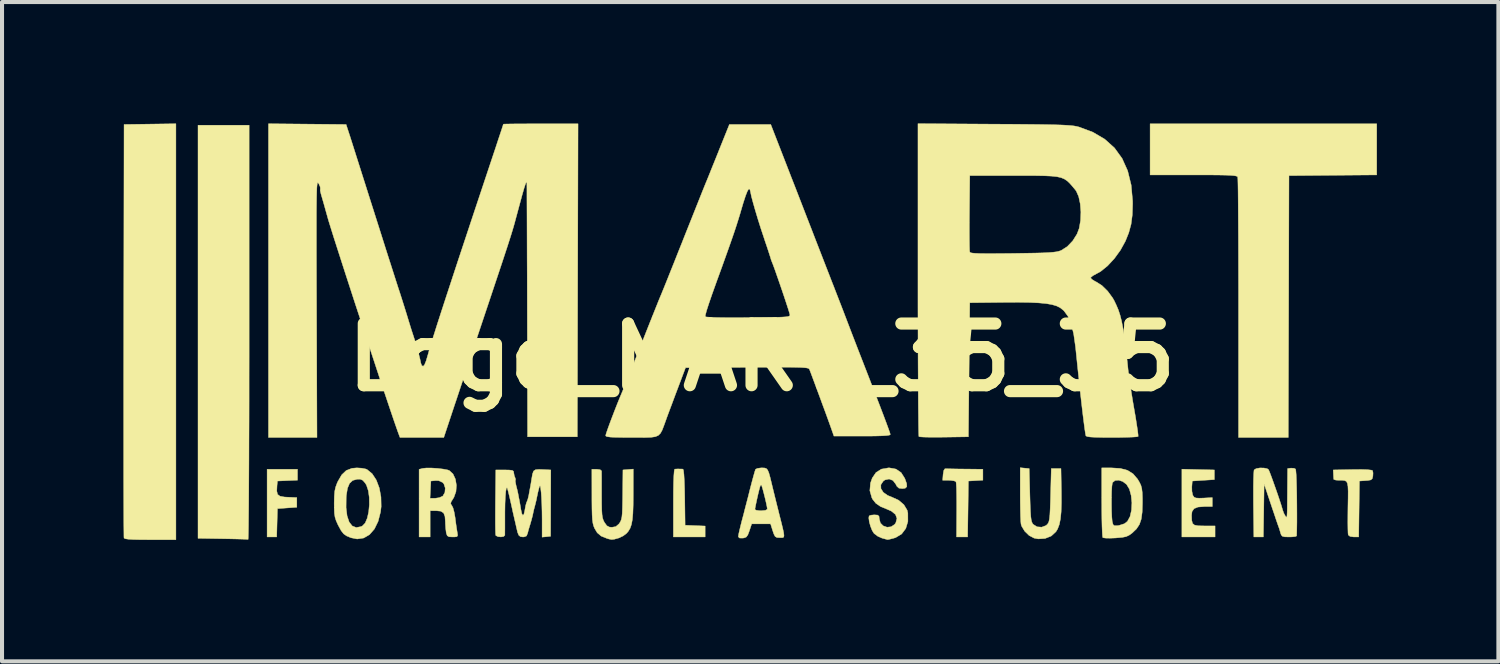
<source format=kicad_pcb>
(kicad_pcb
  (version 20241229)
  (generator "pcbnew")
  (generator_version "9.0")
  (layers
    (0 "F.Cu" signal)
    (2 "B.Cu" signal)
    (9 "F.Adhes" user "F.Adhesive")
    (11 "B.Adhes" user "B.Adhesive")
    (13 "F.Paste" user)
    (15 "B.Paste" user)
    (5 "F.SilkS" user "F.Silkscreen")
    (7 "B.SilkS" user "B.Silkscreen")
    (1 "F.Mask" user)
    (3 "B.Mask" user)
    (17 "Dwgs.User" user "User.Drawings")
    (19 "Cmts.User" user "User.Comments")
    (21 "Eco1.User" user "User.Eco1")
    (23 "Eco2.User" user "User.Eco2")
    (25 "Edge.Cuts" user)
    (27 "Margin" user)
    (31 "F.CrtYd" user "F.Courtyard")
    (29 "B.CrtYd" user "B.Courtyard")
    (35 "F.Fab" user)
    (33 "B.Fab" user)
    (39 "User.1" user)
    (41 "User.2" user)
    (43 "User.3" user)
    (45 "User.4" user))
  (footprint "Logo_MART_35_35"
    (layer "F.Cu")
    (at 15.771 5.778)
    (property "Reference" "Logo_MART_35_35" (at 0 0 0) (layer "F.SilkS") (effects (font (size 1.524 1.524) (thickness 0.3))))
    (attr through_hole)
    (fp_poly (pts (xy -11.471 3.035) (xy -11.718 3.045) (xy -11.966 3.056) (xy -11.977 3.171) (xy -11.983 3.304) (xy -11.963 3.386) (xy -11.904 3.431) (xy -11.794 3.451) (xy -11.718 3.455) (xy -11.488 3.465) (xy -11.488 3.704) (xy -11.727 3.721) (xy -11.966 3.738) (xy -11.976 4.088) (xy -11.985 4.438) (xy -12.222 4.438) (xy -12.222 2.765) (xy -11.471 2.765) (xy -11.471 3.035)) (stroke (width 0.01) (type solid)) (fill yes) (layer "F.SilkS"))
    (fp_poly (pts (xy -1.975 2.76) (xy -1.947 2.762) (xy -1.935 2.796) (xy -1.924 2.892) (xy -1.915 3.044) (xy -1.908 3.244) (xy -1.904 3.457) (xy -1.895 4.148) (xy -1.647 4.158) (xy -1.4 4.168) (xy -1.4 4.438) (xy -2.185 4.438) (xy -2.185 3.602) (xy -2.184 3.318) (xy -2.18 3.09) (xy -2.173 2.918) (xy -2.164 2.808) (xy -2.153 2.763) (xy -2.151 2.762) (xy -2.09 2.758) (xy -2.048 2.758) (xy -1.975 2.76)) (stroke (width 0.01) (type solid)) (fill yes) (layer "F.SilkS"))
    (fp_poly (pts (xy -12.666 -0.615) (xy -12.666 -0.029) (xy -12.667 0.537) (xy -12.667 1.081) (xy -12.668 1.598) (xy -12.67 2.085) (xy -12.671 2.539) (xy -12.673 2.954) (xy -12.675 3.328) (xy -12.677 3.658) (xy -12.68 3.938) (xy -12.682 4.166) (xy -12.685 4.337) (xy -12.688 4.449) (xy -12.691 4.497) (xy -12.691 4.499) (xy -12.732 4.496) (xy -12.83 4.492) (xy -12.973 4.488) (xy -13.15 4.484) (xy -13.323 4.481) (xy -13.929 4.471) (xy -13.929 -5.735) (xy -12.666 -5.735) (xy -12.666 -0.615)) (stroke (width 0.01) (type solid)) (fill yes) (layer "F.SilkS"))
    (fp_poly (pts (xy -14.475 4.506) (xy -15.108 4.506) (xy -15.347 4.505) (xy -15.524 4.501) (xy -15.646 4.494) (xy -15.721 4.483) (xy -15.754 4.468) (xy -15.757 4.464) (xy -15.759 4.425) (xy -15.76 4.322) (xy -15.762 4.159) (xy -15.763 3.938) (xy -15.764 3.664) (xy -15.765 3.341) (xy -15.766 2.973) (xy -15.766 2.562) (xy -15.766 2.114) (xy -15.766 1.631) (xy -15.766 1.118) (xy -15.766 0.579) (xy -15.765 0.016) (xy -15.764 -0.566) (xy -15.764 -0.666) (xy -15.756 -5.753) (xy -15.115 -5.762) (xy -14.475 -5.771) (xy -14.475 4.506)) (stroke (width 0.01) (type solid)) (fill yes) (layer "F.SilkS"))
    (fp_poly (pts (xy 4.581 2.753) (xy 4.683 2.755) (xy 4.826 2.758) (xy 4.993 2.76) (xy 5.019 2.76) (xy 5.462 2.765) (xy 5.462 3.035) (xy 5.104 3.056) (xy 5.095 3.747) (xy 5.085 4.438) (xy 4.811 4.438) (xy 4.815 3.774) (xy 4.815 3.566) (xy 4.813 3.381) (xy 4.81 3.231) (xy 4.804 3.125) (xy 4.798 3.075) (xy 4.797 3.074) (xy 4.753 3.052) (xy 4.666 3.04) (xy 4.622 3.038) (xy 4.468 3.038) (xy 4.479 2.893) (xy 4.495 2.796) (xy 4.524 2.753) (xy 4.532 2.752) (xy 4.581 2.753)) (stroke (width 0.01) (type solid)) (fill yes) (layer "F.SilkS"))
    (fp_poly (pts (xy 10.78 2.773) (xy 11.181 2.782) (xy 11.181 3.021) (xy 10.908 3.038) (xy 10.635 3.056) (xy 10.624 3.199) (xy 10.626 3.308) (xy 10.645 3.4) (xy 10.652 3.415) (xy 10.681 3.455) (xy 10.726 3.475) (xy 10.806 3.48) (xy 10.91 3.477) (xy 11.13 3.465) (xy 11.13 3.687) (xy 10.927 3.687) (xy 10.775 3.699) (xy 10.679 3.738) (xy 10.629 3.81) (xy 10.618 3.903) (xy 10.622 4.027) (xy 10.642 4.104) (xy 10.691 4.145) (xy 10.782 4.162) (xy 10.929 4.165) (xy 11.198 4.165) (xy 11.198 4.438) (xy 10.378 4.438) (xy 10.378 2.763) (xy 10.78 2.773)) (stroke (width 0.01) (type solid)) (fill yes) (layer "F.SilkS"))
    (fp_poly (pts (xy 15.192 -4.507) (xy 14.108 -4.498) (xy 13.024 -4.489) (xy 13.016 -1.255) (xy 13.007 1.98) (xy 11.778 1.98) (xy 11.778 -1.209) (xy 11.778 -1.671) (xy 11.777 -2.114) (xy 11.776 -2.533) (xy 11.775 -2.923) (xy 11.773 -3.28) (xy 11.771 -3.599) (xy 11.769 -3.874) (xy 11.767 -4.102) (xy 11.764 -4.277) (xy 11.761 -4.394) (xy 11.758 -4.449) (xy 11.758 -4.452) (xy 11.745 -4.468) (xy 11.717 -4.48) (xy 11.665 -4.489) (xy 11.584 -4.496) (xy 11.465 -4.501) (xy 11.302 -4.504) (xy 11.088 -4.506) (xy 10.817 -4.506) (xy 10.665 -4.506) (xy 9.593 -4.506) (xy 9.593 -5.77) (xy 15.192 -5.77) (xy 15.192 -4.507)) (stroke (width 0.01) (type solid)) (fill yes) (layer "F.SilkS"))
    (fp_poly (pts (xy 14.964 2.776) (xy 15.06 2.787) (xy 15.09 2.799) (xy 15.101 2.857) (xy 15.097 2.935) (xy 15.082 2.997) (xy 15.047 3.028) (xy 14.972 3.042) (xy 14.924 3.045) (xy 14.765 3.056) (xy 14.756 3.747) (xy 14.747 4.438) (xy 14.627 4.438) (xy 14.534 4.425) (xy 14.489 4.389) (xy 14.483 4.341) (xy 14.48 4.236) (xy 14.478 4.086) (xy 14.479 3.903) (xy 14.481 3.707) (xy 14.485 3.478) (xy 14.486 3.308) (xy 14.481 3.188) (xy 14.467 3.111) (xy 14.442 3.066) (xy 14.402 3.045) (xy 14.345 3.038) (xy 14.268 3.038) (xy 14.268 3.038) (xy 14.182 3.033) (xy 14.134 3.018) (xy 14.13 3.013) (xy 14.126 2.963) (xy 14.122 2.885) (xy 14.117 2.782) (xy 14.592 2.773) (xy 14.807 2.771) (xy 14.964 2.776)) (stroke (width 0.01) (type solid)) (fill yes) (layer "F.SilkS"))
    (fp_poly (pts (xy 6.495 2.738) (xy 6.606 2.748) (xy 6.623 3.402) (xy 6.63 3.632) (xy 6.637 3.804) (xy 6.645 3.928) (xy 6.656 4.013) (xy 6.671 4.07) (xy 6.69 4.109) (xy 6.705 4.127) (xy 6.8 4.187) (xy 6.915 4.196) (xy 7.02 4.156) (xy 7.053 4.127) (xy 7.076 4.096) (xy 7.094 4.052) (xy 7.107 3.985) (xy 7.117 3.887) (xy 7.124 3.746) (xy 7.131 3.553) (xy 7.135 3.402) (xy 7.152 2.748) (xy 7.391 2.748) (xy 7.401 3.312) (xy 7.402 3.595) (xy 7.395 3.82) (xy 7.377 3.997) (xy 7.349 4.133) (xy 7.308 4.24) (xy 7.267 4.308) (xy 7.152 4.414) (xy 7 4.475) (xy 6.83 4.486) (xy 6.728 4.467) (xy 6.604 4.402) (xy 6.494 4.295) (xy 6.419 4.17) (xy 6.404 4.12) (xy 6.398 4.055) (xy 6.392 3.934) (xy 6.388 3.771) (xy 6.385 3.577) (xy 6.384 3.373) (xy 6.384 2.727) (xy 6.495 2.738)) (stroke (width 0.01) (type solid)) (fill yes) (layer "F.SilkS"))
    (fp_poly (pts (xy -3.176 3.386) (xy -3.178 3.65) (xy -3.185 3.855) (xy -3.199 4.013) (xy -3.222 4.133) (xy -3.254 4.224) (xy -3.299 4.299) (xy -3.341 4.348) (xy -3.425 4.412) (xy -3.533 4.463) (xy -3.547 4.467) (xy -3.644 4.494) (xy -3.709 4.501) (xy -3.776 4.489) (xy -3.826 4.474) (xy -3.969 4.416) (xy -4.066 4.334) (xy -4.133 4.222) (xy -4.156 4.164) (xy -4.173 4.097) (xy -4.185 4.011) (xy -4.192 3.894) (xy -4.196 3.735) (xy -4.198 3.524) (xy -4.198 3.423) (xy -4.199 2.765) (xy -4.08 2.765) (xy -3.994 2.776) (xy -3.959 2.806) (xy -3.959 2.808) (xy -3.959 2.855) (xy -3.958 2.958) (xy -3.958 3.104) (xy -3.958 3.281) (xy -3.958 3.406) (xy -3.957 3.617) (xy -3.954 3.772) (xy -3.947 3.883) (xy -3.935 3.962) (xy -3.917 4.021) (xy -3.892 4.072) (xy -3.887 4.08) (xy -3.828 4.161) (xy -3.764 4.194) (xy -3.703 4.199) (xy -3.607 4.182) (xy -3.533 4.119) (xy -3.516 4.097) (xy -3.49 4.055) (xy -3.471 4.007) (xy -3.457 3.943) (xy -3.448 3.851) (xy -3.443 3.719) (xy -3.439 3.538) (xy -3.437 3.388) (xy -3.431 2.782) (xy -3.175 2.761) (xy -3.176 3.386)) (stroke (width 0.01) (type solid)) (fill yes) (layer "F.SilkS"))
    (fp_poly (pts (xy -9.886 2.739) (xy -9.787 2.758) (xy -9.754 2.771) (xy -9.627 2.875) (xy -9.524 3.032) (xy -9.45 3.228) (xy -9.409 3.45) (xy -9.404 3.687) (xy -9.419 3.818) (xy -9.479 4.052) (xy -9.571 4.241) (xy -9.692 4.38) (xy -9.836 4.464) (xy -9.997 4.488) (xy -10.148 4.458) (xy -10.255 4.414) (xy -10.331 4.361) (xy -10.393 4.282) (xy -10.459 4.161) (xy -10.472 4.136) (xy -10.516 4.038) (xy -10.544 3.95) (xy -10.559 3.852) (xy -10.564 3.722) (xy -10.564 3.713) (xy -10.271 3.713) (xy -10.246 3.917) (xy -10.195 4.069) (xy -10.119 4.166) (xy -10.02 4.205) (xy -9.901 4.182) (xy -9.867 4.165) (xy -9.799 4.094) (xy -9.747 3.972) (xy -9.712 3.816) (xy -9.696 3.641) (xy -9.698 3.462) (xy -9.721 3.297) (xy -9.766 3.161) (xy -9.795 3.111) (xy -9.858 3.038) (xy -9.923 3.01) (xy -9.995 3.011) (xy -10.106 3.041) (xy -10.185 3.113) (xy -10.236 3.235) (xy -10.265 3.414) (xy -10.268 3.46) (xy -10.271 3.713) (xy -10.564 3.713) (xy -10.565 3.602) (xy -10.561 3.431) (xy -10.551 3.307) (xy -10.529 3.207) (xy -10.493 3.109) (xy -10.475 3.069) (xy -10.379 2.903) (xy -10.267 2.796) (xy -10.128 2.742) (xy -10.004 2.731) (xy -9.886 2.739)) (stroke (width 0.01) (type solid)) (fill yes) (layer "F.SilkS"))
    (fp_poly (pts (xy -8.156 2.735) (xy -8.01 2.744) (xy -7.871 2.761) (xy -7.762 2.782) (xy -7.719 2.798) (xy -7.629 2.882) (xy -7.57 3.009) (xy -7.545 3.16) (xy -7.556 3.316) (xy -7.607 3.459) (xy -7.627 3.491) (xy -7.676 3.57) (xy -7.686 3.619) (xy -7.662 3.657) (xy -7.658 3.662) (xy -7.629 3.719) (xy -7.601 3.823) (xy -7.578 3.952) (xy -7.576 3.964) (xy -7.558 4.106) (xy -7.539 4.236) (xy -7.524 4.327) (xy -7.524 4.327) (xy -7.514 4.398) (xy -7.532 4.43) (xy -7.594 4.438) (xy -7.639 4.438) (xy -7.728 4.433) (xy -7.772 4.407) (xy -7.794 4.345) (xy -7.797 4.331) (xy -7.81 4.227) (xy -7.818 4.102) (xy -7.818 4.073) (xy -7.828 3.932) (xy -7.862 3.845) (xy -7.931 3.801) (xy -8.041 3.79) (xy -8.194 3.79) (xy -8.194 4.438) (xy -8.467 4.438) (xy -8.467 3.482) (xy -8.197 3.482) (xy -8.07 3.482) (xy -7.967 3.467) (xy -7.886 3.43) (xy -7.88 3.426) (xy -7.83 3.339) (xy -7.821 3.23) (xy -7.854 3.129) (xy -7.883 3.093) (xy -7.981 3.047) (xy -8.062 3.045) (xy -8.176 3.056) (xy -8.187 3.269) (xy -8.197 3.482) (xy -8.467 3.482) (xy -8.467 2.767) (xy -8.378 2.744) (xy -8.286 2.734) (xy -8.156 2.735)) (stroke (width 0.01) (type solid)) (fill yes) (layer "F.SilkS"))
    (fp_poly (pts (xy 8.859 2.745) (xy 9.035 2.792) (xy 9.172 2.878) (xy 9.284 3.009) (xy 9.332 3.09) (xy 9.366 3.162) (xy 9.387 3.24) (xy 9.399 3.34) (xy 9.404 3.481) (xy 9.404 3.602) (xy 9.397 3.826) (xy 9.374 3.997) (xy 9.329 4.129) (xy 9.257 4.238) (xy 9.154 4.337) (xy 9.144 4.345) (xy 9.072 4.396) (xy 9 4.429) (xy 8.906 4.448) (xy 8.769 4.46) (xy 8.734 4.463) (xy 8.601 4.468) (xy 8.494 4.466) (xy 8.432 4.457) (xy 8.424 4.453) (xy 8.417 4.413) (xy 8.411 4.314) (xy 8.405 4.166) (xy 8.401 3.979) (xy 8.399 3.761) (xy 8.399 3.637) (xy 8.639 3.637) (xy 8.641 3.801) (xy 8.647 3.943) (xy 8.656 4.044) (xy 8.659 4.062) (xy 8.678 4.132) (xy 8.71 4.16) (xy 8.778 4.159) (xy 8.822 4.154) (xy 8.96 4.11) (xy 9.034 4.051) (xy 9.098 3.933) (xy 9.134 3.773) (xy 9.143 3.593) (xy 9.125 3.414) (xy 9.082 3.256) (xy 9.012 3.14) (xy 8.918 3.068) (xy 8.818 3.035) (xy 8.729 3.042) (xy 8.669 3.09) (xy 8.659 3.115) (xy 8.649 3.189) (xy 8.642 3.312) (xy 8.639 3.468) (xy 8.639 3.637) (xy 8.399 3.637) (xy 8.398 3.579) (xy 8.398 2.731) (xy 8.632 2.731) (xy 8.859 2.745)) (stroke (width 0.01) (type solid)) (fill yes) (layer "F.SilkS"))
    (fp_poly (pts (xy 12.403 2.734) (xy 12.486 2.751) (xy 12.519 2.774) (xy 12.541 2.823) (xy 12.579 2.922) (xy 12.628 3.056) (xy 12.683 3.211) (xy 12.739 3.371) (xy 12.79 3.522) (xy 12.831 3.648) (xy 12.857 3.735) (xy 12.862 3.755) (xy 12.896 3.851) (xy 12.927 3.908) (xy 12.945 3.935) (xy 12.959 3.95) (xy 12.968 3.945) (xy 12.975 3.913) (xy 12.979 3.844) (xy 12.982 3.733) (xy 12.983 3.57) (xy 12.985 3.347) (xy 12.985 3.312) (xy 12.99 2.748) (xy 13.071 2.737) (xy 13.148 2.741) (xy 13.187 2.76) (xy 13.194 2.801) (xy 13.202 2.898) (xy 13.208 3.043) (xy 13.213 3.222) (xy 13.217 3.426) (xy 13.219 3.644) (xy 13.22 3.864) (xy 13.22 4.076) (xy 13.217 4.269) (xy 13.213 4.413) (xy 13.182 4.427) (xy 13.102 4.436) (xy 13.028 4.438) (xy 12.92 4.435) (xy 12.862 4.421) (xy 12.832 4.387) (xy 12.817 4.344) (xy 12.795 4.267) (xy 12.781 4.221) (xy 12.762 4.171) (xy 12.76 4.165) (xy 12.743 4.116) (xy 12.708 4.015) (xy 12.661 3.874) (xy 12.604 3.707) (xy 12.575 3.62) (xy 12.41 3.127) (xy 12.401 3.782) (xy 12.391 4.438) (xy 12.156 4.438) (xy 12.146 3.633) (xy 12.145 3.404) (xy 12.145 3.195) (xy 12.148 3.019) (xy 12.153 2.884) (xy 12.159 2.801) (xy 12.164 2.78) (xy 12.214 2.749) (xy 12.304 2.733) (xy 12.403 2.734)) (stroke (width 0.01) (type solid)) (fill yes) (layer "F.SilkS"))
    (fp_poly (pts (xy 3.315 2.761) (xy 3.442 2.848) (xy 3.534 2.994) (xy 3.534 2.995) (xy 3.578 3.119) (xy 3.582 3.196) (xy 3.542 3.234) (xy 3.471 3.243) (xy 3.387 3.232) (xy 3.336 3.185) (xy 3.309 3.132) (xy 3.24 3.042) (xy 3.145 3.006) (xy 3.044 3.028) (xy 3.001 3.058) (xy 2.941 3.148) (xy 2.943 3.243) (xy 3.001 3.335) (xy 3.109 3.412) (xy 3.202 3.449) (xy 3.377 3.528) (xy 3.51 3.641) (xy 3.591 3.776) (xy 3.608 3.847) (xy 3.609 4.054) (xy 3.557 4.228) (xy 3.455 4.364) (xy 3.307 4.453) (xy 3.26 4.468) (xy 3.171 4.491) (xy 3.114 4.503) (xy 3.107 4.503) (xy 3.066 4.493) (xy 2.986 4.471) (xy 2.97 4.467) (xy 2.864 4.42) (xy 2.774 4.352) (xy 2.773 4.351) (xy 2.727 4.279) (xy 2.686 4.175) (xy 2.655 4.064) (xy 2.643 3.969) (xy 2.651 3.918) (xy 2.693 3.9) (xy 2.773 3.892) (xy 2.784 3.892) (xy 2.864 3.898) (xy 2.896 3.928) (xy 2.902 3.989) (xy 2.93 4.094) (xy 3 4.164) (xy 3.095 4.197) (xy 3.195 4.186) (xy 3.282 4.128) (xy 3.31 4.088) (xy 3.339 3.98) (xy 3.303 3.883) (xy 3.204 3.801) (xy 3.105 3.757) (xy 2.933 3.686) (xy 2.816 3.605) (xy 2.736 3.504) (xy 2.719 3.471) (xy 2.669 3.293) (xy 2.685 3.106) (xy 2.729 2.981) (xy 2.822 2.845) (xy 2.954 2.762) (xy 3.129 2.731) (xy 3.152 2.731) (xy 3.315 2.761)) (stroke (width 0.01) (type solid)) (fill yes) (layer "F.SilkS"))
    (fp_poly (pts (xy 0.064 2.733) (xy 0.111 2.747) (xy 0.145 2.785) (xy 0.175 2.857) (xy 0.208 2.975) (xy 0.24 3.107) (xy 0.271 3.236) (xy 0.314 3.411) (xy 0.363 3.61) (xy 0.414 3.813) (xy 0.425 3.858) (xy 0.479 4.071) (xy 0.517 4.226) (xy 0.54 4.333) (xy 0.548 4.401) (xy 0.542 4.438) (xy 0.522 4.453) (xy 0.487 4.456) (xy 0.444 4.455) (xy 0.372 4.451) (xy 0.329 4.426) (xy 0.297 4.364) (xy 0.27 4.285) (xy 0.216 4.114) (xy -0.25 4.114) (xy -0.307 4.285) (xy -0.345 4.386) (xy -0.383 4.439) (xy -0.437 4.461) (xy -0.472 4.466) (xy -0.552 4.464) (xy -0.58 4.433) (xy -0.58 4.424) (xy -0.572 4.37) (xy -0.549 4.267) (xy -0.516 4.132) (xy -0.492 4.037) (xy -0.447 3.869) (xy -0.419 3.757) (xy -0.171 3.757) (xy -0.14 3.777) (xy -0.063 3.788) (xy -0.017 3.79) (xy 0.09 3.78) (xy 0.135 3.754) (xy 0.136 3.747) (xy 0.128 3.692) (xy 0.108 3.596) (xy 0.08 3.476) (xy 0.049 3.353) (xy 0.02 3.245) (xy -0.003 3.172) (xy -0.012 3.152) (xy -0.033 3.165) (xy -0.046 3.198) (xy -0.066 3.273) (xy -0.093 3.383) (xy -0.121 3.507) (xy -0.146 3.625) (xy -0.164 3.715) (xy -0.171 3.757) (xy -0.419 3.757) (xy -0.394 3.661) (xy -0.337 3.442) (xy -0.29 3.253) (xy -0.246 3.085) (xy -0.207 2.94) (xy -0.176 2.831) (xy -0.157 2.772) (xy -0.154 2.766) (xy -0.109 2.744) (xy -0.024 2.732) (xy -0.002 2.731) (xy 0.064 2.733)) (stroke (width 0.01) (type solid)) (fill yes) (layer "F.SilkS"))
    (fp_poly (pts (xy -5.42 2.772) (xy -5.213 2.782) (xy -5.218 4.421) (xy -5.323 4.432) (xy -5.428 4.442) (xy -5.428 4.002) (xy -5.43 3.81) (xy -5.435 3.62) (xy -5.443 3.455) (xy -5.451 3.342) (xy -5.464 3.229) (xy -5.475 3.176) (xy -5.487 3.177) (xy -5.503 3.223) (xy -5.504 3.226) (xy -5.533 3.34) (xy -5.552 3.431) (xy -5.573 3.534) (xy -5.602 3.652) (xy -5.607 3.67) (xy -5.632 3.764) (xy -5.647 3.83) (xy -5.649 3.841) (xy -5.664 3.913) (xy -5.692 4.019) (xy -5.723 4.127) (xy -5.735 4.165) (xy -5.766 4.268) (xy -5.785 4.344) (xy -5.814 4.414) (xy -5.876 4.437) (xy -5.903 4.438) (xy -5.963 4.43) (xy -6.004 4.396) (xy -6.034 4.323) (xy -6.063 4.199) (xy -6.077 4.136) (xy -6.1 4.037) (xy -6.11 3.994) (xy -6.135 3.885) (xy -6.156 3.794) (xy -6.16 3.772) (xy -6.198 3.601) (xy -6.233 3.446) (xy -6.263 3.322) (xy -6.285 3.242) (xy -6.295 3.219) (xy -6.311 3.234) (xy -6.325 3.31) (xy -6.336 3.439) (xy -6.344 3.612) (xy -6.347 3.823) (xy -6.347 3.909) (xy -6.347 4.079) (xy -6.347 4.226) (xy -6.348 4.335) (xy -6.348 4.392) (xy -6.348 4.395) (xy -6.378 4.426) (xy -6.444 4.437) (xy -6.517 4.43) (xy -6.568 4.405) (xy -6.574 4.395) (xy -6.578 4.349) (xy -6.581 4.246) (xy -6.583 4.095) (xy -6.583 3.906) (xy -6.582 3.69) (xy -6.581 3.567) (xy -6.572 2.782) (xy -6.35 2.782) (xy -6.23 2.785) (xy -6.163 2.794) (xy -6.134 2.815) (xy -6.128 2.851) (xy -6.114 2.931) (xy -6.099 2.964) (xy -6.083 3.013) (xy -6.087 3.026) (xy -6.09 3.067) (xy -6.075 3.146) (xy -6.07 3.169) (xy -6.043 3.274) (xy -6.023 3.364) (xy -6.022 3.371) (xy -6.003 3.472) (xy -5.992 3.525) (xy -5.977 3.608) (xy -5.958 3.718) (xy -5.954 3.748) (xy -5.93 3.859) (xy -5.904 3.904) (xy -5.879 3.881) (xy -5.857 3.79) (xy -5.853 3.765) (xy -5.834 3.661) (xy -5.813 3.586) (xy -5.804 3.568) (xy -5.783 3.514) (xy -5.76 3.424) (xy -5.755 3.397) (xy -5.736 3.291) (xy -5.72 3.204) (xy -5.717 3.192) (xy -5.703 3.11) (xy -5.687 3.009) (xy -5.665 2.882) (xy -5.638 2.809) (xy -5.589 2.776) (xy -5.503 2.769) (xy -5.42 2.772)) (stroke (width 0.01) (type solid)) (fill yes) (layer "F.SilkS"))
    (fp_poly (pts (xy -10.27 -5.753) (xy -10.209 -5.565) (xy -10.178 -5.471) (xy -10.132 -5.327) (xy -10.075 -5.147) (xy -10.011 -4.945) (xy -9.953 -4.763) (xy -9.876 -4.52) (xy -9.791 -4.253) (xy -9.707 -3.988) (xy -9.631 -3.749) (xy -9.595 -3.636) (xy -9.527 -3.422) (xy -9.446 -3.168) (xy -9.361 -2.899) (xy -9.279 -2.64) (xy -9.237 -2.509) (xy -9.167 -2.291) (xy -9.097 -2.072) (xy -9.032 -1.869) (xy -8.978 -1.701) (xy -8.946 -1.605) (xy -8.889 -1.427) (xy -8.825 -1.224) (xy -8.766 -1.034) (xy -8.758 -1.007) (xy -8.711 -0.853) (xy -8.666 -0.707) (xy -8.629 -0.593) (xy -8.619 -0.563) (xy -8.571 -0.414) (xy -8.523 -0.252) (xy -8.479 -0.095) (xy -8.446 0.038) (xy -8.427 0.128) (xy -8.426 0.137) (xy -8.402 0.201) (xy -8.368 0.222) (xy -8.335 0.188) (xy -8.294 0.089) (xy -8.246 -0.073) (xy -8.238 -0.102) (xy -8.21 -0.204) (xy -8.164 -0.357) (xy -8.099 -0.562) (xy -8.017 -0.822) (xy -7.915 -1.137) (xy -7.794 -1.508) (xy -7.653 -1.937) (xy -7.493 -2.424) (xy -7.311 -2.972) (xy -7.109 -3.581) (xy -6.885 -4.253) (xy -6.738 -4.694) (xy -6.653 -4.949) (xy -6.575 -5.182) (xy -6.508 -5.387) (xy -6.452 -5.554) (xy -6.412 -5.676) (xy -6.389 -5.747) (xy -6.384 -5.761) (xy -6.352 -5.763) (xy -6.259 -5.765) (xy -6.117 -5.767) (xy -5.932 -5.768) (xy -5.714 -5.769) (xy -5.472 -5.77) (xy -4.54 -5.77) (xy -4.549 -1.903) (xy -4.558 1.963) (xy -5.787 1.963) (xy -5.794 -1.127) (xy -5.795 -1.582) (xy -5.796 -2.019) (xy -5.798 -2.432) (xy -5.799 -2.817) (xy -5.8 -3.169) (xy -5.801 -3.482) (xy -5.802 -3.753) (xy -5.803 -3.975) (xy -5.803 -4.143) (xy -5.804 -4.254) (xy -5.805 -4.301) (xy -5.805 -4.302) (xy -5.81 -4.331) (xy -5.822 -4.323) (xy -5.843 -4.271) (xy -5.875 -4.172) (xy -5.919 -4.019) (xy -5.976 -3.808) (xy -6.027 -3.619) (xy -6.058 -3.504) (xy -6.085 -3.404) (xy -6.11 -3.31) (xy -6.136 -3.219) (xy -6.165 -3.122) (xy -6.198 -3.014) (xy -6.238 -2.889) (xy -6.286 -2.739) (xy -6.345 -2.56) (xy -6.416 -2.344) (xy -6.502 -2.086) (xy -6.605 -1.778) (xy -6.726 -1.415) (xy -6.794 -1.212) (xy -6.91 -0.865) (xy -7.03 -0.506) (xy -7.149 -0.147) (xy -7.265 0.2) (xy -7.372 0.523) (xy -7.468 0.811) (xy -7.548 1.052) (xy -7.582 1.152) (xy -7.857 1.98) (xy -8.939 1.98) (xy -8.993 1.835) (xy -9.031 1.727) (xy -9.088 1.563) (xy -9.161 1.348) (xy -9.248 1.09) (xy -9.347 0.795) (xy -9.455 0.47) (xy -9.57 0.121) (xy -9.69 -0.244) (xy -9.813 -0.618) (xy -9.937 -0.996) (xy -10.06 -1.37) (xy -10.178 -1.734) (xy -10.291 -2.081) (xy -10.395 -2.404) (xy -10.489 -2.696) (xy -10.571 -2.951) (xy -10.637 -3.162) (xy -10.687 -3.323) (xy -10.718 -3.425) (xy -10.719 -3.431) (xy -10.771 -3.616) (xy -10.818 -3.785) (xy -10.858 -3.923) (xy -10.885 -4.016) (xy -10.892 -4.041) (xy -10.91 -4.119) (xy -10.907 -4.167) (xy -10.911 -4.212) (xy -10.944 -4.286) (xy -10.95 -4.295) (xy -10.96 -4.309) (xy -10.969 -4.315) (xy -10.977 -4.308) (xy -10.983 -4.284) (xy -10.989 -4.239) (xy -10.994 -4.17) (xy -10.997 -4.072) (xy -11 -3.941) (xy -11.002 -3.774) (xy -11.004 -3.566) (xy -11.004 -3.314) (xy -11.004 -3.014) (xy -11.004 -2.662) (xy -11.003 -2.253) (xy -11.002 -1.784) (xy -11 -1.252) (xy -11 -1.207) (xy -10.99 1.98) (xy -12.188 1.98) (xy -12.188 -5.771) (xy -10.27 -5.753)) (stroke (width 0.01) (type solid)) (fill yes) (layer "F.SilkS"))
    (fp_poly (pts (xy 5.744 -5.761) (xy 6.158 -5.759) (xy 6.51 -5.756) (xy 6.804 -5.753) (xy 7.049 -5.749) (xy 7.248 -5.745) (xy 7.408 -5.74) (xy 7.535 -5.733) (xy 7.634 -5.726) (xy 7.712 -5.717) (xy 7.774 -5.706) (xy 7.826 -5.693) (xy 7.835 -5.691) (xy 8.18 -5.562) (xy 8.472 -5.39) (xy 8.713 -5.174) (xy 8.902 -4.913) (xy 9.039 -4.608) (xy 9.125 -4.258) (xy 9.161 -3.863) (xy 9.162 -3.79) (xy 9.153 -3.518) (xy 9.123 -3.288) (xy 9.066 -3.078) (xy 8.983 -2.871) (xy 8.861 -2.649) (xy 8.71 -2.441) (xy 8.543 -2.261) (xy 8.373 -2.123) (xy 8.261 -2.061) (xy 8.178 -2.016) (xy 8.13 -1.975) (xy 8.125 -1.963) (xy 8.154 -1.927) (xy 8.225 -1.882) (xy 8.256 -1.867) (xy 8.401 -1.776) (xy 8.544 -1.636) (xy 8.667 -1.468) (xy 8.707 -1.398) (xy 8.762 -1.282) (xy 8.81 -1.167) (xy 8.851 -1.043) (xy 8.887 -0.902) (xy 8.92 -0.735) (xy 8.952 -0.534) (xy 8.984 -0.29) (xy 9.018 0.006) (xy 9.05 0.309) (xy 9.068 0.451) (xy 9.095 0.642) (xy 9.129 0.863) (xy 9.167 1.097) (xy 9.199 1.282) (xy 9.234 1.484) (xy 9.262 1.663) (xy 9.284 1.808) (xy 9.296 1.909) (xy 9.298 1.954) (xy 9.298 1.955) (xy 9.26 1.963) (xy 9.165 1.97) (xy 9.024 1.975) (xy 8.848 1.979) (xy 8.651 1.98) (xy 8.414 1.979) (xy 8.237 1.975) (xy 8.115 1.968) (xy 8.041 1.957) (xy 8.009 1.942) (xy 8.006 1.937) (xy 7.995 1.883) (xy 7.978 1.771) (xy 7.957 1.611) (xy 7.932 1.412) (xy 7.905 1.184) (xy 7.877 0.938) (xy 7.849 0.682) (xy 7.835 0.546) (xy 7.812 0.335) (xy 7.789 0.114) (xy 7.768 -0.09) (xy 7.751 -0.254) (xy 7.749 -0.268) (xy 7.705 -0.577) (xy 7.644 -0.824) (xy 7.564 -1.014) (xy 7.463 -1.152) (xy 7.369 -1.227) (xy 7.282 -1.27) (xy 7.17 -1.303) (xy 7.027 -1.328) (xy 6.845 -1.345) (xy 6.617 -1.356) (xy 6.336 -1.36) (xy 5.994 -1.358) (xy 5.974 -1.358) (xy 5.138 -1.349) (xy 5.121 0.307) (xy 5.104 1.963) (xy 4.504 1.972) (xy 4.309 1.974) (xy 4.137 1.973) (xy 4.001 1.97) (xy 3.912 1.964) (xy 3.881 1.958) (xy 3.878 1.922) (xy 3.875 1.821) (xy 3.872 1.661) (xy 3.87 1.446) (xy 3.867 1.179) (xy 3.865 0.866) (xy 3.863 0.511) (xy 3.861 0.118) (xy 3.86 -0.309) (xy 3.859 -0.764) (xy 3.858 -1.245) (xy 3.858 -1.747) (xy 3.858 -1.919) (xy 3.858 -3.098) (xy 5.127 -3.098) (xy 5.128 -2.904) (xy 5.13 -2.75) (xy 5.133 -2.646) (xy 5.138 -2.601) (xy 5.138 -2.601) (xy 5.153 -2.587) (xy 5.194 -2.577) (xy 5.267 -2.57) (xy 5.377 -2.565) (xy 5.531 -2.563) (xy 5.737 -2.563) (xy 6 -2.565) (xy 6.205 -2.567) (xy 6.508 -2.572) (xy 6.75 -2.576) (xy 6.94 -2.581) (xy 7.086 -2.588) (xy 7.196 -2.597) (xy 7.278 -2.607) (xy 7.34 -2.621) (xy 7.389 -2.638) (xy 7.398 -2.642) (xy 7.546 -2.736) (xy 7.682 -2.878) (xy 7.788 -3.047) (xy 7.841 -3.187) (xy 7.875 -3.382) (xy 7.883 -3.59) (xy 7.867 -3.792) (xy 7.829 -3.97) (xy 7.77 -4.105) (xy 7.747 -4.137) (xy 7.67 -4.229) (xy 7.604 -4.304) (xy 7.541 -4.362) (xy 7.473 -4.407) (xy 7.392 -4.44) (xy 7.29 -4.463) (xy 7.158 -4.477) (xy 6.99 -4.485) (xy 6.776 -4.489) (xy 6.508 -4.489) (xy 6.231 -4.489) (xy 5.138 -4.489) (xy 5.129 -3.568) (xy 5.127 -3.322) (xy 5.127 -3.098) (xy 3.858 -3.098) (xy 3.858 -5.773) (xy 5.744 -5.761)) (stroke (width 0.01) (type solid)) (fill yes) (layer "F.SilkS"))
    (fp_poly (pts (xy 0.606 -4.763) (xy 0.722 -4.464) (xy 0.849 -4.139) (xy 0.978 -3.806) (xy 1.103 -3.483) (xy 1.218 -3.188) (xy 1.302 -2.97) (xy 1.398 -2.723) (xy 1.496 -2.471) (xy 1.589 -2.231) (xy 1.673 -2.016) (xy 1.74 -1.843) (xy 1.767 -1.775) (xy 1.841 -1.584) (xy 1.921 -1.378) (xy 1.995 -1.187) (xy 2.038 -1.075) (xy 2.203 -0.643) (xy 2.365 -0.223) (xy 2.485 0.085) (xy 2.651 0.512) (xy 2.792 0.877) (xy 2.91 1.183) (xy 3.005 1.432) (xy 3.078 1.627) (xy 3.13 1.769) (xy 3.162 1.86) (xy 3.175 1.904) (xy 3.175 1.906) (xy 3.154 1.921) (xy 3.086 1.932) (xy 2.967 1.939) (xy 2.792 1.944) (xy 2.555 1.946) (xy 2.478 1.946) (xy 1.782 1.946) (xy 1.713 1.75) (xy 1.682 1.663) (xy 1.634 1.53) (xy 1.573 1.362) (xy 1.503 1.173) (xy 1.43 0.974) (xy 1.358 0.78) (xy 1.292 0.602) (xy 1.236 0.452) (xy 1.196 0.345) (xy 1.177 0.298) (xy 1.168 0.284) (xy 1.149 0.272) (xy 1.114 0.263) (xy 1.058 0.256) (xy 0.973 0.25) (xy 0.855 0.247) (xy 0.697 0.244) (xy 0.494 0.244) (xy 0.239 0.244) (xy -0.074 0.246) (xy -0.365 0.247) (xy -1.884 0.256) (xy -2.071 0.751) (xy -2.147 0.952) (xy -2.224 1.159) (xy -2.296 1.35) (xy -2.353 1.504) (xy -2.364 1.536) (xy -2.418 1.686) (xy -2.461 1.798) (xy -2.504 1.877) (xy -2.558 1.93) (xy -2.632 1.961) (xy -2.737 1.976) (xy -2.884 1.981) (xy -3.083 1.98) (xy -3.213 1.98) (xy -3.444 1.979) (xy -3.614 1.976) (xy -3.733 1.971) (xy -3.808 1.962) (xy -3.847 1.95) (xy -3.858 1.933) (xy -3.858 1.933) (xy -3.846 1.886) (xy -3.813 1.789) (xy -3.764 1.653) (xy -3.704 1.493) (xy -3.638 1.321) (xy -3.57 1.148) (xy -3.505 0.989) (xy -3.449 0.856) (xy -3.448 0.853) (xy -3.419 0.784) (xy -3.369 0.661) (xy -3.301 0.492) (xy -3.218 0.286) (xy -3.126 0.052) (xy -3.026 -0.2) (xy -2.97 -0.341) (xy -2.868 -0.6) (xy -2.771 -0.845) (xy -2.706 -1.007) (xy -1.399 -1.007) (xy -1.366 -0.997) (xy -1.265 -0.989) (xy -1.1 -0.983) (xy -0.872 -0.98) (xy -0.582 -0.98) (xy -0.35 -0.981) (xy -0.054 -0.983) (xy 0.18 -0.986) (xy 0.36 -0.989) (xy 0.493 -0.994) (xy 0.586 -1) (xy 0.646 -1.008) (xy 0.679 -1.019) (xy 0.693 -1.033) (xy 0.695 -1.049) (xy 0.683 -1.095) (xy 0.653 -1.193) (xy 0.608 -1.331) (xy 0.554 -1.495) (xy 0.493 -1.675) (xy 0.431 -1.856) (xy 0.371 -2.028) (xy 0.319 -2.177) (xy 0.277 -2.291) (xy 0.251 -2.356) (xy 0.226 -2.423) (xy 0.221 -2.443) (xy 0.207 -2.488) (xy 0.176 -2.584) (xy 0.132 -2.719) (xy 0.077 -2.88) (xy 0.058 -2.939) (xy -0.021 -3.176) (xy -0.095 -3.411) (xy -0.161 -3.631) (xy -0.216 -3.824) (xy -0.257 -3.977) (xy -0.278 -4.08) (xy -0.28 -4.09) (xy -0.296 -4.153) (xy -0.321 -4.16) (xy -0.356 -4.106) (xy -0.401 -3.992) (xy -0.459 -3.814) (xy -0.499 -3.679) (xy -0.541 -3.535) (xy -0.583 -3.398) (xy -0.627 -3.259) (xy -0.676 -3.11) (xy -0.734 -2.941) (xy -0.803 -2.744) (xy -0.886 -2.511) (xy -0.986 -2.232) (xy -1.107 -1.9) (xy -1.13 -1.836) (xy -1.232 -1.551) (xy -1.31 -1.323) (xy -1.365 -1.153) (xy -1.394 -1.044) (xy -1.399 -1.007) (xy -2.706 -1.007) (xy -2.682 -1.067) (xy -2.606 -1.257) (xy -2.546 -1.407) (xy -2.505 -1.506) (xy -2.492 -1.536) (xy -2.465 -1.602) (xy -2.415 -1.724) (xy -2.347 -1.893) (xy -2.264 -2.101) (xy -2.168 -2.34) (xy -2.064 -2.603) (xy -1.953 -2.88) (xy -1.945 -2.902) (xy -1.834 -3.181) (xy -1.728 -3.446) (xy -1.631 -3.69) (xy -1.546 -3.903) (xy -1.476 -4.079) (xy -1.424 -4.208) (xy -1.394 -4.282) (xy -1.393 -4.285) (xy -1.358 -4.369) (xy -1.303 -4.504) (xy -1.234 -4.677) (xy -1.154 -4.874) (xy -1.07 -5.083) (xy -1.062 -5.104) (xy -0.801 -5.753) (xy 0.221 -5.753) (xy 0.606 -4.763)) (stroke (width 0.01) (type solid)) (fill yes) (layer "F.SilkS")))
  (gr_rect
    (start -3 -3)
    (end 33.969 13.289)
    (stroke (width 0.1) (type default))
    (fill no)
    (layer "Edge.Cuts")))
</source>
